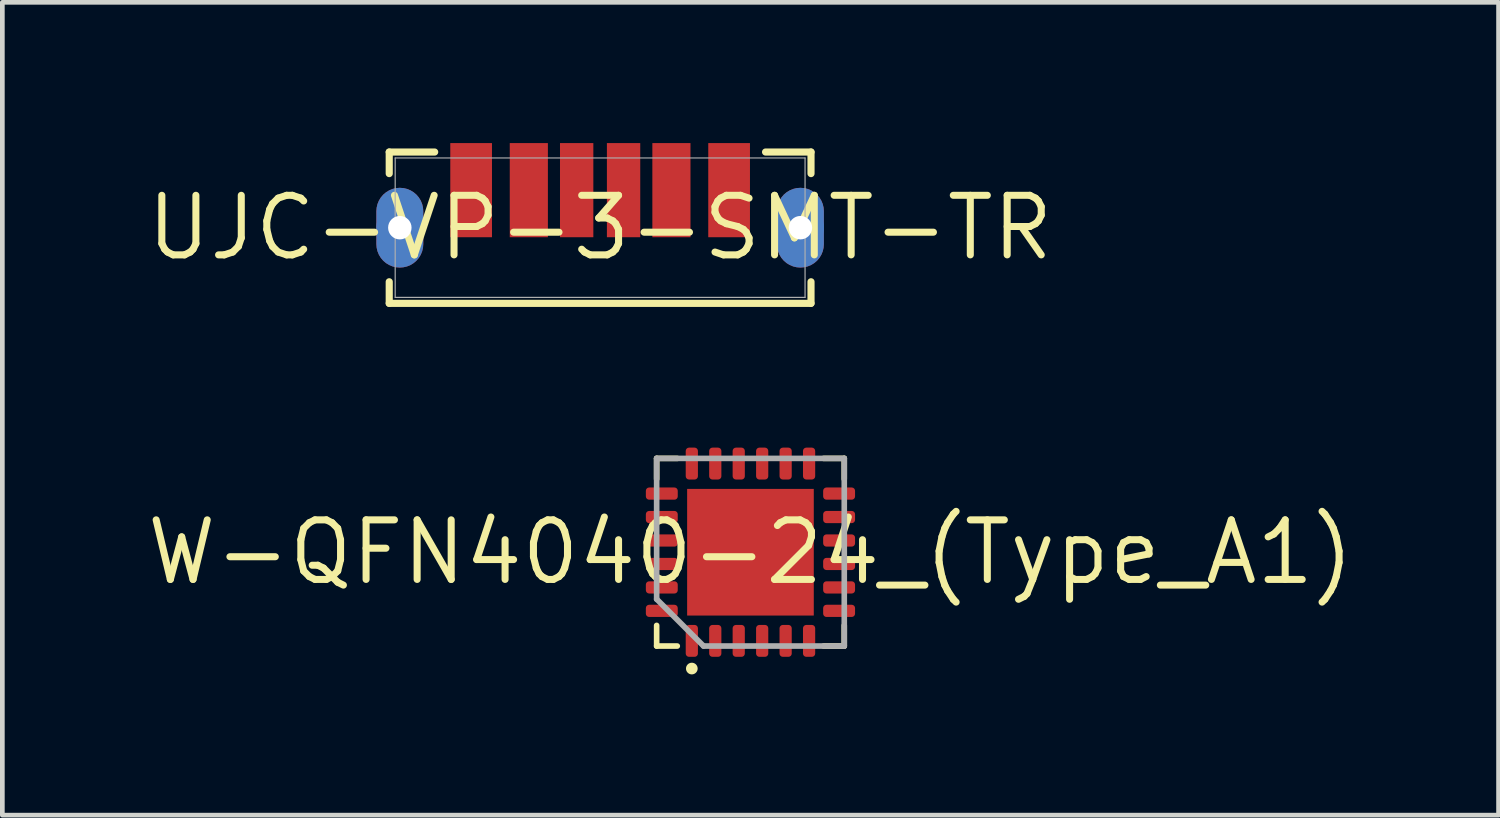
<source format=kicad_pcb>
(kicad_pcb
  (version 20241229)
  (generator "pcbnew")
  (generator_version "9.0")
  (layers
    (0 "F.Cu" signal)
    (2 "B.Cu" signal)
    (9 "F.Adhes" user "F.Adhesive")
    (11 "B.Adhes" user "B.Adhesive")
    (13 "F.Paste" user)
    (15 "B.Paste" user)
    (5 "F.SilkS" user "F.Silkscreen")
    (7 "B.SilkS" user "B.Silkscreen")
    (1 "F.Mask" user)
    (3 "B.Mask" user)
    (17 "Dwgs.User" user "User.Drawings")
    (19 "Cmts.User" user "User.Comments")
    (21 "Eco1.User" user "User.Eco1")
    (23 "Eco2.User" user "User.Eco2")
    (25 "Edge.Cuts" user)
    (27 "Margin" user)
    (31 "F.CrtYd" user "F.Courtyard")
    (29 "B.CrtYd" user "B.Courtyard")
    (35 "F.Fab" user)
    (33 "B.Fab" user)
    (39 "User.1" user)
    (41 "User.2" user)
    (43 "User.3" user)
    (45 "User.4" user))
  (footprint "UJC-VP-3-SMT-TR"
    (layer "F.Cu")
    (at 9.744 1.804)
    (property "Reference" "UJC-VP-3-SMT-TR" (at 0 0 0) (layer "F.SilkS") (effects (font (size 1.27 1.27) (thickness 0.15))))
    (fp_poly (pts (xy -4.192 -0.844) (xy -4.116 -0.826) (xy -4.043 -0.796) (xy -3.976 -0.755) (xy -3.916 -0.704) (xy -3.865 -0.644) (xy -3.824 -0.577) (xy -3.794 -0.504) (xy -3.776 -0.428) (xy -3.77 -0.35) (xy -3.77 0.35) (xy -3.776 0.428) (xy -3.794 0.504) (xy -3.824 0.577) (xy -3.865 0.644) (xy -3.916 0.704) (xy -3.976 0.755) (xy -4.043 0.796) (xy -4.116 0.826) (xy -4.192 0.844) (xy -4.27 0.85) (xy -4.348 0.844) (xy -4.424 0.826) (xy -4.497 0.796) (xy -4.564 0.755) (xy -4.624 0.704) (xy -4.675 0.644) (xy -4.716 0.577) (xy -4.746 0.504) (xy -4.764 0.428) (xy -4.77 0.35) (xy -4.77 -0.35) (xy -4.764 -0.428) (xy -4.746 -0.504) (xy -4.716 -0.577) (xy -4.675 -0.644) (xy -4.624 -0.704) (xy -4.564 -0.755) (xy -4.497 -0.796) (xy -4.424 -0.826) (xy -4.348 -0.844) (xy -4.27 -0.85)) (stroke (width 0) (type default)) (fill yes) (layer "F.Cu"))
    (fp_poly (pts (xy 4.348 -0.844) (xy 4.424 -0.826) (xy 4.497 -0.796) (xy 4.564 -0.755) (xy 4.624 -0.704) (xy 4.675 -0.644) (xy 4.716 -0.577) (xy 4.746 -0.504) (xy 4.764 -0.428) (xy 4.77 -0.35) (xy 4.77 0.35) (xy 4.764 0.428) (xy 4.746 0.504) (xy 4.716 0.577) (xy 4.675 0.644) (xy 4.624 0.704) (xy 4.564 0.755) (xy 4.497 0.796) (xy 4.424 0.826) (xy 4.348 0.844) (xy 4.27 0.85) (xy 4.192 0.844) (xy 4.116 0.826) (xy 4.043 0.796) (xy 3.976 0.755) (xy 3.916 0.704) (xy 3.865 0.644) (xy 3.824 0.577) (xy 3.794 0.504) (xy 3.776 0.428) (xy 3.77 0.35) (xy 3.77 -0.35) (xy 3.776 -0.428) (xy 3.794 -0.504) (xy 3.824 -0.577) (xy 3.865 -0.644) (xy 3.916 -0.704) (xy 3.976 -0.755) (xy 4.043 -0.796) (xy 4.116 -0.826) (xy 4.192 -0.844) (xy 4.27 -0.85)) (stroke (width 0) (type default)) (fill yes) (layer "F.Cu"))
    (fp_poly (pts (xy -4.184 -0.894) (xy -4.1 -0.874) (xy -4.02 -0.841) (xy -3.946 -0.796) (xy -3.88 -0.74) (xy -3.824 -0.674) (xy -3.779 -0.6) (xy -3.746 -0.52) (xy -3.726 -0.436) (xy -3.719 -0.35) (xy -3.719 0.35) (xy -3.726 0.436) (xy -3.746 0.52) (xy -3.779 0.6) (xy -3.824 0.674) (xy -3.88 0.74) (xy -3.946 0.796) (xy -4.02 0.841) (xy -4.1 0.874) (xy -4.184 0.894) (xy -4.27 0.901) (xy -4.356 0.894) (xy -4.44 0.874) (xy -4.52 0.841) (xy -4.594 0.796) (xy -4.66 0.74) (xy -4.716 0.674) (xy -4.761 0.6) (xy -4.794 0.52) (xy -4.814 0.436) (xy -4.821 0.35) (xy -4.821 -0.35) (xy -4.814 -0.436) (xy -4.794 -0.52) (xy -4.761 -0.6) (xy -4.716 -0.674) (xy -4.66 -0.74) (xy -4.594 -0.796) (xy -4.52 -0.841) (xy -4.44 -0.874) (xy -4.356 -0.894) (xy -4.27 -0.901)) (stroke (width 0) (type default)) (fill yes) (layer "F.Mask"))
    (fp_poly (pts (xy 4.356 -0.894) (xy 4.44 -0.874) (xy 4.52 -0.841) (xy 4.594 -0.796) (xy 4.66 -0.74) (xy 4.716 -0.674) (xy 4.761 -0.6) (xy 4.794 -0.52) (xy 4.814 -0.436) (xy 4.821 -0.35) (xy 4.821 0.35) (xy 4.814 0.436) (xy 4.794 0.52) (xy 4.761 0.6) (xy 4.716 0.674) (xy 4.66 0.74) (xy 4.594 0.796) (xy 4.52 0.841) (xy 4.44 0.874) (xy 4.356 0.894) (xy 4.27 0.901) (xy 4.184 0.894) (xy 4.1 0.874) (xy 4.02 0.841) (xy 3.946 0.796) (xy 3.88 0.74) (xy 3.824 0.674) (xy 3.779 0.6) (xy 3.746 0.52) (xy 3.726 0.436) (xy 3.719 0.35) (xy 3.719 -0.35) (xy 3.726 -0.436) (xy 3.746 -0.52) (xy 3.779 -0.6) (xy 3.824 -0.674) (xy 3.88 -0.74) (xy 3.946 -0.796) (xy 4.02 -0.841) (xy 4.1 -0.874) (xy 4.184 -0.894) (xy 4.27 -0.901)) (stroke (width 0) (type default)) (fill yes) (layer "F.Mask"))
    (fp_poly (pts (xy -4.192 -0.844) (xy -4.116 -0.826) (xy -4.043 -0.796) (xy -3.976 -0.755) (xy -3.916 -0.704) (xy -3.865 -0.644) (xy -3.824 -0.577) (xy -3.794 -0.504) (xy -3.776 -0.428) (xy -3.77 -0.35) (xy -3.77 0.35) (xy -3.776 0.428) (xy -3.794 0.504) (xy -3.824 0.577) (xy -3.865 0.644) (xy -3.916 0.704) (xy -3.976 0.755) (xy -4.043 0.796) (xy -4.116 0.826) (xy -4.192 0.844) (xy -4.27 0.85) (xy -4.348 0.844) (xy -4.424 0.826) (xy -4.497 0.796) (xy -4.564 0.755) (xy -4.624 0.704) (xy -4.675 0.644) (xy -4.716 0.577) (xy -4.746 0.504) (xy -4.764 0.428) (xy -4.77 0.35) (xy -4.77 -0.35) (xy -4.764 -0.428) (xy -4.746 -0.504) (xy -4.716 -0.577) (xy -4.675 -0.644) (xy -4.624 -0.704) (xy -4.564 -0.755) (xy -4.497 -0.796) (xy -4.424 -0.826) (xy -4.348 -0.844) (xy -4.27 -0.85)) (stroke (width 0) (type default)) (fill yes) (layer "B.Cu"))
    (fp_poly (pts (xy 4.348 -0.844) (xy 4.424 -0.826) (xy 4.497 -0.796) (xy 4.564 -0.755) (xy 4.624 -0.704) (xy 4.675 -0.644) (xy 4.716 -0.577) (xy 4.746 -0.504) (xy 4.764 -0.428) (xy 4.77 -0.35) (xy 4.77 0.35) (xy 4.764 0.428) (xy 4.746 0.504) (xy 4.716 0.577) (xy 4.675 0.644) (xy 4.624 0.704) (xy 4.564 0.755) (xy 4.497 0.796) (xy 4.424 0.826) (xy 4.348 0.844) (xy 4.27 0.85) (xy 4.192 0.844) (xy 4.116 0.826) (xy 4.043 0.796) (xy 3.976 0.755) (xy 3.916 0.704) (xy 3.865 0.644) (xy 3.824 0.577) (xy 3.794 0.504) (xy 3.776 0.428) (xy 3.77 0.35) (xy 3.77 -0.35) (xy 3.776 -0.428) (xy 3.794 -0.504) (xy 3.824 -0.577) (xy 3.865 -0.644) (xy 3.916 -0.704) (xy 3.976 -0.755) (xy 4.043 -0.796) (xy 4.116 -0.826) (xy 4.192 -0.844) (xy 4.27 -0.85)) (stroke (width 0) (type default)) (fill yes) (layer "B.Cu"))
    (fp_poly (pts (xy -4.184 -0.894) (xy -4.1 -0.874) (xy -4.02 -0.841) (xy -3.946 -0.796) (xy -3.88 -0.74) (xy -3.824 -0.674) (xy -3.779 -0.6) (xy -3.746 -0.52) (xy -3.726 -0.436) (xy -3.719 -0.35) (xy -3.719 0.35) (xy -3.726 0.436) (xy -3.746 0.52) (xy -3.779 0.6) (xy -3.824 0.674) (xy -3.88 0.74) (xy -3.946 0.796) (xy -4.02 0.841) (xy -4.1 0.874) (xy -4.184 0.894) (xy -4.27 0.901) (xy -4.356 0.894) (xy -4.44 0.874) (xy -4.52 0.841) (xy -4.594 0.796) (xy -4.66 0.74) (xy -4.716 0.674) (xy -4.761 0.6) (xy -4.794 0.52) (xy -4.814 0.436) (xy -4.821 0.35) (xy -4.821 -0.35) (xy -4.814 -0.436) (xy -4.794 -0.52) (xy -4.761 -0.6) (xy -4.716 -0.674) (xy -4.66 -0.74) (xy -4.594 -0.796) (xy -4.52 -0.841) (xy -4.44 -0.874) (xy -4.356 -0.894) (xy -4.27 -0.901)) (stroke (width 0) (type default)) (fill yes) (layer "B.Mask"))
    (fp_poly (pts (xy 4.356 -0.894) (xy 4.44 -0.874) (xy 4.52 -0.841) (xy 4.594 -0.796) (xy 4.66 -0.74) (xy 4.716 -0.674) (xy 4.761 -0.6) (xy 4.794 -0.52) (xy 4.814 -0.436) (xy 4.821 -0.35) (xy 4.821 0.35) (xy 4.814 0.436) (xy 4.794 0.52) (xy 4.761 0.6) (xy 4.716 0.674) (xy 4.66 0.74) (xy 4.594 0.796) (xy 4.52 0.841) (xy 4.44 0.874) (xy 4.356 0.894) (xy 4.27 0.901) (xy 4.184 0.894) (xy 4.1 0.874) (xy 4.02 0.841) (xy 3.946 0.796) (xy 3.88 0.74) (xy 3.824 0.674) (xy 3.779 0.6) (xy 3.746 0.52) (xy 3.726 0.436) (xy 3.719 0.35) (xy 3.719 -0.35) (xy 3.726 -0.436) (xy 3.746 -0.52) (xy 3.779 -0.6) (xy 3.824 -0.674) (xy 3.88 -0.74) (xy 3.946 -0.796) (xy 4.02 -0.841) (xy 4.1 -0.874) (xy 4.184 -0.894) (xy 4.27 -0.901)) (stroke (width 0) (type default)) (fill yes) (layer "B.Mask"))
    (fp_line (start -4.496 -1.613) (end -4.496 -1.153) (stroke (width 0.152) (type solid)) (layer "F.SilkS"))
    (fp_line (start -4.496 1.153) (end -4.496 1.613) (stroke (width 0.152) (type solid)) (layer "F.SilkS"))
    (fp_line (start -4.496 1.613) (end 4.496 1.613) (stroke (width 0.152) (type solid)) (layer "F.SilkS"))
    (fp_line (start -3.527 -1.613) (end -4.496 -1.613) (stroke (width 0.152) (type solid)) (layer "F.SilkS"))
    (fp_line (start 4.496 -1.613) (end 3.527 -1.613) (stroke (width 0.152) (type solid)) (layer "F.SilkS"))
    (fp_line (start 4.496 -1.153) (end 4.496 -1.613) (stroke (width 0.152) (type solid)) (layer "F.SilkS"))
    (fp_line (start 4.496 1.613) (end 4.496 1.153) (stroke (width 0.152) (type solid)) (layer "F.SilkS"))
    (fp_line (start -4.369 -1.486) (end -4.369 1.486) (stroke (width 0.025) (type solid)) (layer "F.Fab"))
    (fp_line (start -4.369 1.486) (end 4.369 1.486) (stroke (width 0.025) (type solid)) (layer "F.Fab"))
    (fp_line (start 4.369 -1.486) (end -4.369 -1.486) (stroke (width 0.025) (type solid)) (layer "F.Fab"))
    (fp_line (start 4.369 1.486) (end 4.369 -1.486) (stroke (width 0.025) (type solid)) (layer "F.Fab"))
    (pad "1" smd rect (at -2.75 -0.8) (size 0.889 2.007) (layers "F.Cu"))
    (pad "2" smd rect (at -1.52 -0.8) (size 0.813 2.007) (layers "F.Cu"))
    (pad "3" smd rect (at -0.5 -0.8) (size 0.711 2.007) (layers "F.Cu"))
    (pad "4" smd rect (at 0.5 -0.8) (size 0.711 2.007) (layers "F.Cu"))
    (pad "5" smd rect (at 1.52 -0.8) (size 0.813 2.007) (layers "F.Cu"))
    (pad "6" smd rect (at 2.75 -0.8) (size 0.889 2.007) (layers "F.Cu"))
    (pad "7" thru_hole circle (at -4.27 0 90) (size 1 1) (drill 0.5) (layers "*.Cu"))
    (pad "8" thru_hole circle (at 4.27 0 90) (size 1 1) (drill 0.5) (layers "*.Cu")))
  (footprint "W-QFN4040-24_(Type_A1)"
    (layer "F.Cu")
    (at 12.949 8.723)
    (property "Reference" "W-QFN4040-24_(Type_A1)" (at 0 0 0) (layer "F.SilkS") (effects (font (size 1.27 1.27) (thickness 0.15))))
    (fp_line (start -2 -2) (end -2 -1.56) (stroke (width 0.12) (type solid)) (layer "F.SilkS"))
    (fp_line (start -2 1.56) (end -2 2) (stroke (width 0.12) (type solid)) (layer "F.SilkS"))
    (fp_line (start -2 2) (end -1.56 2) (stroke (width 0.12) (type solid)) (layer "F.SilkS"))
    (fp_line (start -1.56 -2) (end -2 -2) (stroke (width 0.12) (type solid)) (layer "F.SilkS"))
    (fp_line (start 1.56 2) (end 2 2) (stroke (width 0.12) (type solid)) (layer "F.SilkS"))
    (fp_line (start 2 -2) (end 1.56 -2) (stroke (width 0.12) (type solid)) (layer "F.SilkS"))
    (fp_line (start 2 -1.56) (end 2 -2) (stroke (width 0.12) (type solid)) (layer "F.SilkS"))
    (fp_line (start 2 2) (end 2 1.56) (stroke (width 0.12) (type solid)) (layer "F.SilkS"))
    (fp_circle (center -1.25 2.48) (end -1.188 2.48) (stroke (width 0.125) (type solid)) (fill yes) (layer "F.SilkS"))
    (fp_line (start -2 -2) (end 2 -2) (stroke (width 0.12) (type solid)) (layer "F.Fab"))
    (fp_line (start -2 1) (end -2 -2) (stroke (width 0.12) (type solid)) (layer "F.Fab"))
    (fp_line (start -1 2) (end -2 1) (stroke (width 0.12) (type solid)) (layer "F.Fab"))
    (fp_line (start 2 -2) (end 2 2) (stroke (width 0.12) (type solid)) (layer "F.Fab"))
    (fp_line (start 2 2) (end -1 2) (stroke (width 0.12) (type solid)) (layer "F.Fab"))
    (pad "1" smd roundrect (at -1.25 1.89) (size 0.26 0.68) (layers "F.Cu" "F.Mask" "F.Paste") (roundrect_rratio 0.27))
    (pad "2" smd roundrect (at -0.75 1.89) (size 0.26 0.68) (layers "F.Cu" "F.Mask" "F.Paste") (roundrect_rratio 0.27))
    (pad "3" smd roundrect (at -0.25 1.89) (size 0.26 0.68) (layers "F.Cu" "F.Mask" "F.Paste") (roundrect_rratio 0.27))
    (pad "4" smd roundrect (at 0.25 1.89) (size 0.26 0.68) (layers "F.Cu" "F.Mask" "F.Paste") (roundrect_rratio 0.27))
    (pad "5" smd roundrect (at 0.75 1.89) (size 0.26 0.68) (layers "F.Cu" "F.Mask" "F.Paste") (roundrect_rratio 0.27))
    (pad "6" smd roundrect (at 1.25 1.89) (size 0.26 0.68) (layers "F.Cu" "F.Mask" "F.Paste") (roundrect_rratio 0.27))
    (pad "7" smd roundrect (at 1.89 1.25 90) (size 0.26 0.68) (layers "F.Cu" "F.Mask" "F.Paste") (roundrect_rratio 0.27))
    (pad "8" smd roundrect (at 1.89 0.75 90) (size 0.26 0.68) (layers "F.Cu" "F.Mask" "F.Paste") (roundrect_rratio 0.27))
    (pad "9" smd roundrect (at 1.89 0.25 90) (size 0.26 0.68) (layers "F.Cu" "F.Mask" "F.Paste") (roundrect_rratio 0.27))
    (pad "10" smd roundrect (at 1.89 -0.25 90) (size 0.26 0.68) (layers "F.Cu" "F.Mask" "F.Paste") (roundrect_rratio 0.27))
    (pad "11" smd roundrect (at 1.89 -0.75 90) (size 0.26 0.68) (layers "F.Cu" "F.Mask" "F.Paste") (roundrect_rratio 0.27))
    (pad "12" smd roundrect (at 1.89 -1.25 90) (size 0.26 0.68) (layers "F.Cu" "F.Mask" "F.Paste") (roundrect_rratio 0.27))
    (pad "13" smd roundrect (at 1.25 -1.89 180) (size 0.26 0.68) (layers "F.Cu" "F.Mask" "F.Paste") (roundrect_rratio 0.27))
    (pad "14" smd roundrect (at 0.75 -1.89 180) (size 0.26 0.68) (layers "F.Cu" "F.Mask" "F.Paste") (roundrect_rratio 0.27))
    (pad "15" smd roundrect (at 0.25 -1.89 180) (size 0.26 0.68) (layers "F.Cu" "F.Mask" "F.Paste") (roundrect_rratio 0.27))
    (pad "16" smd roundrect (at -0.25 -1.89 180) (size 0.26 0.68) (layers "F.Cu" "F.Mask" "F.Paste") (roundrect_rratio 0.27))
    (pad "17" smd roundrect (at -0.75 -1.89 180) (size 0.26 0.68) (layers "F.Cu" "F.Mask" "F.Paste") (roundrect_rratio 0.27))
    (pad "18" smd roundrect (at -1.25 -1.89 180) (size 0.26 0.68) (layers "F.Cu" "F.Mask" "F.Paste") (roundrect_rratio 0.27))
    (pad "19" smd roundrect (at -1.89 -1.25 270) (size 0.26 0.68) (layers "F.Cu" "F.Mask" "F.Paste") (roundrect_rratio 0.27))
    (pad "20" smd roundrect (at -1.89 -0.75 270) (size 0.26 0.68) (layers "F.Cu" "F.Mask" "F.Paste") (roundrect_rratio 0.27))
    (pad "21" smd roundrect (at -1.89 -0.25 270) (size 0.26 0.68) (layers "F.Cu" "F.Mask" "F.Paste") (roundrect_rratio 0.27))
    (pad "22" smd roundrect (at -1.89 0.25 270) (size 0.26 0.68) (layers "F.Cu" "F.Mask" "F.Paste") (roundrect_rratio 0.27))
    (pad "23" smd roundrect (at -1.89 0.75 270) (size 0.26 0.68) (layers "F.Cu" "F.Mask" "F.Paste") (roundrect_rratio 0.27))
    (pad "24" smd roundrect (at -1.89 1.25 270) (size 0.26 0.68) (layers "F.Cu" "F.Mask" "F.Paste") (roundrect_rratio 0.27))
    (pad "25" smd rect (at 0 0) (size 2.7 2.7) (layers "F.Cu" "F.Mask" "F.Paste")))
  (gr_rect
    (start -3 -3)
    (end 28.898 14.328)
    (stroke (width 0.1) (type default))
    (fill no)
    (layer "Edge.Cuts")))
</source>
